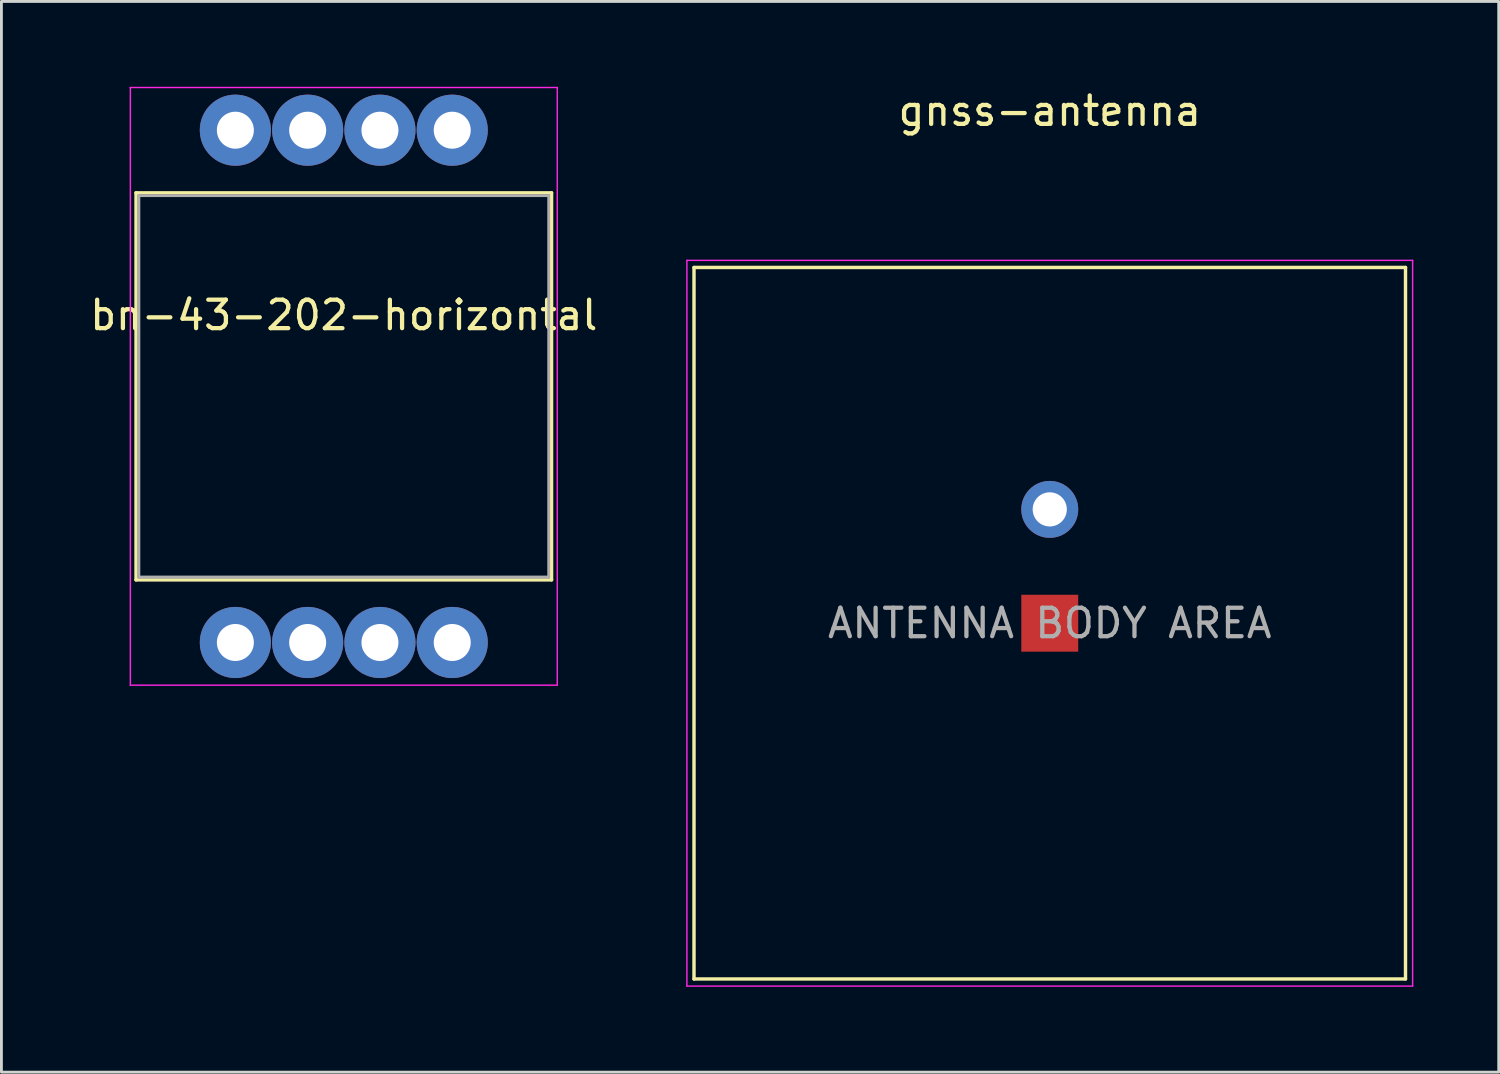
<source format=kicad_pcb>
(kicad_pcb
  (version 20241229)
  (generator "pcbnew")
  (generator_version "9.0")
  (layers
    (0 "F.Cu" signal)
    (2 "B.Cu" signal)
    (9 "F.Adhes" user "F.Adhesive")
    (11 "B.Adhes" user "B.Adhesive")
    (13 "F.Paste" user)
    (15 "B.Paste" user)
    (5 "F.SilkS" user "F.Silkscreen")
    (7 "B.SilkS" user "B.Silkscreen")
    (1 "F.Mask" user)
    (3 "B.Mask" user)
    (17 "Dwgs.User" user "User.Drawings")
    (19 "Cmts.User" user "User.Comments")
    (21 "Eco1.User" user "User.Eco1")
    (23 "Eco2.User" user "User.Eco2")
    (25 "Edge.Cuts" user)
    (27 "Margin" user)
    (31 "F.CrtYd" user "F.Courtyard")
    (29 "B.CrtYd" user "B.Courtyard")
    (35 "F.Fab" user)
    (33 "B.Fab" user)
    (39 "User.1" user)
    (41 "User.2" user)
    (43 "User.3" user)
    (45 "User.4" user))
  (footprint "gnss-antenna"
    (layer "F.Cu")
    (at 33.835 14.848)
    (property "Reference" "gnss-antenna" (at 0 -14 0) (layer "F.SilkS") (effects (font (size 1 1) (thickness 0.15))))
    (attr through_hole)
    (fp_line (start -12.5 -8.5) (end 12.5 -8.5) (stroke (width 0.12) (type solid)) (layer "F.SilkS"))
    (fp_line (start -12.5 16.5) (end -12.5 -8.5) (stroke (width 0.12) (type solid)) (layer "F.SilkS"))
    (fp_line (start 12.5 -8.5) (end 12.5 16.5) (stroke (width 0.12) (type solid)) (layer "F.SilkS"))
    (fp_line (start 12.5 16.5) (end -12.5 16.5) (stroke (width 0.12) (type solid)) (layer "F.SilkS"))
    (fp_line (start -12.75 -8.75) (end 12.75 -8.75) (stroke (width 0.05) (type solid)) (layer "F.CrtYd"))
    (fp_line (start -12.75 16.75) (end -12.75 -8.75) (stroke (width 0.05) (type solid)) (layer "F.CrtYd"))
    (fp_line (start 12.75 -8.75) (end 12.75 16.75) (stroke (width 0.05) (type solid)) (layer "F.CrtYd"))
    (fp_line (start 12.75 16.75) (end -12.75 16.75) (stroke (width 0.05) (type solid)) (layer "F.CrtYd"))
    (fp_text user "ANTENNA BODY AREA" (at 0 4 0) (layer "F.Fab") (effects (font (size 1 1) (thickness 0.15))))
    (pad "1" thru_hole circle (at 0 0) (size 2 2) (drill 1.2) (layers "*.Cu" "*.Mask"))
    (pad "2" smd rect (at 0 4) (size 2 2) (layers "F.Cu" "F.Mask")))
  (footprint "bn-43-202-horizontal"
    (layer "F.Cu")
    (at 9.03 10.525)
    (property "Reference" "bn-43-202-horizontal" (at 0 -2.5 0) (layer "F.SilkS") (effects (font (size 1 1) (thickness 0.15))))
    (attr through_hole)
    (fp_line (start -7.3 -6.8) (end 7.3 -6.8) (stroke (width 0.12) (type solid)) (layer "F.SilkS"))
    (fp_line (start -7.3 6.8) (end -7.3 -6.8) (stroke (width 0.12) (type solid)) (layer "F.SilkS"))
    (fp_line (start 7.3 -6.8) (end 7.3 6.8) (stroke (width 0.12) (type solid)) (layer "F.SilkS"))
    (fp_line (start 7.3 6.8) (end -7.3 6.8) (stroke (width 0.12) (type solid)) (layer "F.SilkS"))
    (fp_line (start -7.5 -10.5) (end 7.5 -10.5) (stroke (width 0.05) (type solid)) (layer "F.CrtYd"))
    (fp_line (start -7.5 10.5) (end -7.5 -10.5) (stroke (width 0.05) (type solid)) (layer "F.CrtYd"))
    (fp_line (start 7.5 -10.5) (end 7.5 10.5) (stroke (width 0.05) (type solid)) (layer "F.CrtYd"))
    (fp_line (start 7.5 10.5) (end -7.5 10.5) (stroke (width 0.05) (type solid)) (layer "F.CrtYd"))
    (fp_line (start -7.2 -6.7) (end 7.2 -6.7) (stroke (width 0.1) (type solid)) (layer "F.Fab"))
    (fp_line (start -7.2 6.7) (end -7.2 -6.7) (stroke (width 0.1) (type solid)) (layer "F.Fab"))
    (fp_line (start 7.2 -6.7) (end 7.2 6.7) (stroke (width 0.1) (type solid)) (layer "F.Fab"))
    (fp_line (start 7.2 6.7) (end -7.2 6.7) (stroke (width 0.1) (type solid)) (layer "F.Fab"))
    (pad "1" thru_hole circle (at -3.81 -9) (size 2.5 2.5) (drill 1.3) (layers "*.Cu" "*.Mask"))
    (pad "2" thru_hole circle (at -1.27 -9) (size 2.5 2.5) (drill 1.3) (layers "*.Cu" "*.Mask"))
    (pad "3" thru_hole circle (at 1.27 -9) (size 2.5 2.5) (drill 1.3) (layers "*.Cu" "*.Mask"))
    (pad "4" thru_hole circle (at -3.81 9) (size 2.5 2.5) (drill 1.3) (layers "*.Cu" "*.Mask"))
    (pad "5" thru_hole circle (at -1.27 9) (size 2.5 2.5) (drill 1.3) (layers "*.Cu" "*.Mask"))
    (pad "6" thru_hole circle (at 1.27 9) (size 2.5 2.5) (drill 1.3) (layers "*.Cu" "*.Mask"))
    (pad "7" thru_hole circle (at 3.81 -9) (size 2.5 2.5) (drill 1.3) (layers "*.Cu" "*.Mask"))
    (pad "9" thru_hole circle (at 3.81 9) (size 2.5 2.5) (drill 1.3) (layers "*.Cu" "*.Mask")))
  (gr_rect
    (start -3 -3)
    (end 49.61 34.623)
    (stroke (width 0.1) (type default))
    (fill no)
    (layer "Edge.Cuts")))
</source>
